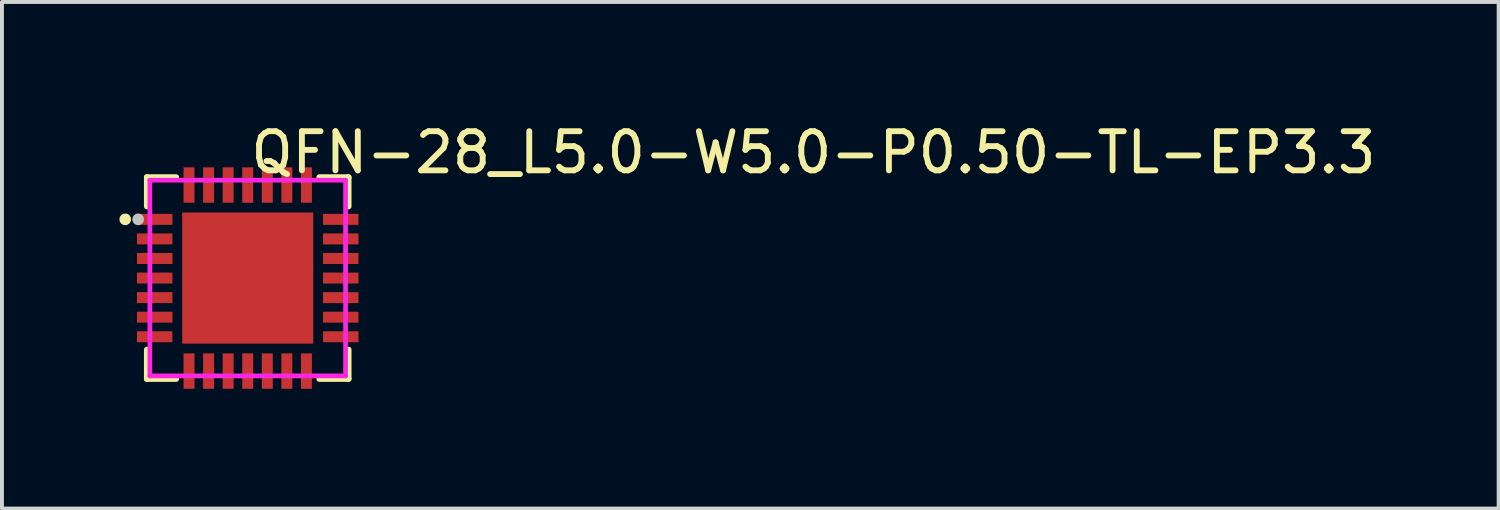
<source format=kicad_pcb>
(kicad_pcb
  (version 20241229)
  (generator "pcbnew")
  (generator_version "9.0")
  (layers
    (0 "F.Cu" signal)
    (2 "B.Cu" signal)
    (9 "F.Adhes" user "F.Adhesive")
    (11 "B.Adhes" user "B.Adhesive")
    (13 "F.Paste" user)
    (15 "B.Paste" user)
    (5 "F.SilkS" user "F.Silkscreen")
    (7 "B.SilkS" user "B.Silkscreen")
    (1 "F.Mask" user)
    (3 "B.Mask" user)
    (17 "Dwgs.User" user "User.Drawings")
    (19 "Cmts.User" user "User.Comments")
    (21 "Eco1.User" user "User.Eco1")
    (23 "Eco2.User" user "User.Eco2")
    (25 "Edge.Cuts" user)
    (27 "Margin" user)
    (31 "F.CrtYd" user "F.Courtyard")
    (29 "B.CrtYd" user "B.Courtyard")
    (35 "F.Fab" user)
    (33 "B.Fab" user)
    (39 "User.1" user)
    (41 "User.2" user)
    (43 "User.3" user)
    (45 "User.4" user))
  (footprint "QFN-28_L5.0-W5.0-P0.50-TL-EP3.3"
    (layer "F.Cu")
    (at 3.28 4.055)
    (property "Reference" "QFN-28_L5.0-W5.0-P0.50-TL-EP3.3" (at 0 -3.207 0) (layer "F.SilkS") (effects (font (size 1 1) (thickness 0.15)) (justify left)))
    (attr through_hole)
    (fp_line (start -2.576 -2.576) (end -2.576 -1.831) (stroke (width 0.152) (type solid)) (layer "F.SilkS"))
    (fp_line (start -2.576 2.576) (end -2.576 1.831) (stroke (width 0.152) (type solid)) (layer "F.SilkS"))
    (fp_line (start -1.831 -2.576) (end -2.576 -2.576) (stroke (width 0.152) (type solid)) (layer "F.SilkS"))
    (fp_line (start -1.831 2.576) (end -2.576 2.576) (stroke (width 0.152) (type solid)) (layer "F.SilkS"))
    (fp_line (start 1.831 -2.576) (end 2.576 -2.576) (stroke (width 0.152) (type solid)) (layer "F.SilkS"))
    (fp_line (start 1.831 2.576) (end 2.576 2.576) (stroke (width 0.152) (type solid)) (layer "F.SilkS"))
    (fp_line (start 2.576 -2.576) (end 2.576 -1.831) (stroke (width 0.152) (type solid)) (layer "F.SilkS"))
    (fp_line (start 2.576 2.576) (end 2.576 1.831) (stroke (width 0.152) (type solid)) (layer "F.SilkS"))
    (fp_circle (center -3.13 -1.5) (end -3.055 -1.5) (stroke (width 0.15) (type solid)) (fill no) (layer "F.SilkS"))
    (fp_poly (pts (xy -2.83 -1.64) (xy -1.925 -1.64) (xy -1.925 -1.36) (xy -2.83 -1.36)) (stroke (width 0.12) (type solid)) (fill yes) (layer "F.Paste"))
    (fp_poly (pts (xy -2.83 -1.14) (xy -1.925 -1.14) (xy -1.925 -0.86) (xy -2.83 -0.86)) (stroke (width 0.12) (type solid)) (fill yes) (layer "F.Paste"))
    (fp_poly (pts (xy -2.83 -0.64) (xy -1.925 -0.64) (xy -1.925 -0.36) (xy -2.83 -0.36)) (stroke (width 0.12) (type solid)) (fill yes) (layer "F.Paste"))
    (fp_poly (pts (xy -2.83 -0.14) (xy -1.925 -0.14) (xy -1.925 0.14) (xy -2.83 0.14)) (stroke (width 0.12) (type solid)) (fill yes) (layer "F.Paste"))
    (fp_poly (pts (xy -2.83 0.36) (xy -1.925 0.36) (xy -1.925 0.64) (xy -2.83 0.64)) (stroke (width 0.12) (type solid)) (fill yes) (layer "F.Paste"))
    (fp_poly (pts (xy -2.83 0.86) (xy -1.925 0.86) (xy -1.925 1.14) (xy -2.83 1.14)) (stroke (width 0.12) (type solid)) (fill yes) (layer "F.Paste"))
    (fp_poly (pts (xy -2.83 1.36) (xy -1.925 1.36) (xy -1.925 1.64) (xy -2.83 1.64)) (stroke (width 0.12) (type solid)) (fill yes) (layer "F.Paste"))
    (fp_poly (pts (xy -1.64 -2.83) (xy -1.36 -2.83) (xy -1.36 -1.925) (xy -1.64 -1.925)) (stroke (width 0.12) (type solid)) (fill yes) (layer "F.Paste"))
    (fp_poly (pts (xy -1.64 1.925) (xy -1.36 1.925) (xy -1.36 2.83) (xy -1.64 2.83)) (stroke (width 0.12) (type solid)) (fill yes) (layer "F.Paste"))
    (fp_poly (pts (xy -1.35 -1.35) (xy 1.35 -1.35) (xy 1.35 1.35) (xy -1.35 1.35)) (stroke (width 0.12) (type solid)) (fill yes) (layer "F.Paste"))
    (fp_poly (pts (xy -1.14 -2.83) (xy -0.86 -2.83) (xy -0.86 -1.925) (xy -1.14 -1.925)) (stroke (width 0.12) (type solid)) (fill yes) (layer "F.Paste"))
    (fp_poly (pts (xy -1.14 1.925) (xy -0.86 1.925) (xy -0.86 2.83) (xy -1.14 2.83)) (stroke (width 0.12) (type solid)) (fill yes) (layer "F.Paste"))
    (fp_poly (pts (xy -0.64 -2.83) (xy -0.36 -2.83) (xy -0.36 -1.925) (xy -0.64 -1.925)) (stroke (width 0.12) (type solid)) (fill yes) (layer "F.Paste"))
    (fp_poly (pts (xy -0.64 1.925) (xy -0.36 1.925) (xy -0.36 2.83) (xy -0.64 2.83)) (stroke (width 0.12) (type solid)) (fill yes) (layer "F.Paste"))
    (fp_poly (pts (xy -0.14 -2.83) (xy 0.14 -2.83) (xy 0.14 -1.925) (xy -0.14 -1.925)) (stroke (width 0.12) (type solid)) (fill yes) (layer "F.Paste"))
    (fp_poly (pts (xy -0.14 1.925) (xy 0.14 1.925) (xy 0.14 2.83) (xy -0.14 2.83)) (stroke (width 0.12) (type solid)) (fill yes) (layer "F.Paste"))
    (fp_poly (pts (xy 0.36 -2.83) (xy 0.64 -2.83) (xy 0.64 -1.925) (xy 0.36 -1.925)) (stroke (width 0.12) (type solid)) (fill yes) (layer "F.Paste"))
    (fp_poly (pts (xy 0.36 1.925) (xy 0.64 1.925) (xy 0.64 2.83) (xy 0.36 2.83)) (stroke (width 0.12) (type solid)) (fill yes) (layer "F.Paste"))
    (fp_poly (pts (xy 0.86 -2.83) (xy 1.14 -2.83) (xy 1.14 -1.925) (xy 0.86 -1.925)) (stroke (width 0.12) (type solid)) (fill yes) (layer "F.Paste"))
    (fp_poly (pts (xy 0.86 1.925) (xy 1.14 1.925) (xy 1.14 2.83) (xy 0.86 2.83)) (stroke (width 0.12) (type solid)) (fill yes) (layer "F.Paste"))
    (fp_poly (pts (xy 1.36 -2.83) (xy 1.64 -2.83) (xy 1.64 -1.925) (xy 1.36 -1.925)) (stroke (width 0.12) (type solid)) (fill yes) (layer "F.Paste"))
    (fp_poly (pts (xy 1.36 1.925) (xy 1.64 1.925) (xy 1.64 2.83) (xy 1.36 2.83)) (stroke (width 0.12) (type solid)) (fill yes) (layer "F.Paste"))
    (fp_poly (pts (xy 1.925 -1.64) (xy 2.83 -1.64) (xy 2.83 -1.36) (xy 1.925 -1.36)) (stroke (width 0.12) (type solid)) (fill yes) (layer "F.Paste"))
    (fp_poly (pts (xy 1.925 -1.14) (xy 2.83 -1.14) (xy 2.83 -0.86) (xy 1.925 -0.86)) (stroke (width 0.12) (type solid)) (fill yes) (layer "F.Paste"))
    (fp_poly (pts (xy 1.925 -0.64) (xy 2.83 -0.64) (xy 2.83 -0.36) (xy 1.925 -0.36)) (stroke (width 0.12) (type solid)) (fill yes) (layer "F.Paste"))
    (fp_poly (pts (xy 1.925 -0.14) (xy 2.83 -0.14) (xy 2.83 0.14) (xy 1.925 0.14)) (stroke (width 0.12) (type solid)) (fill yes) (layer "F.Paste"))
    (fp_poly (pts (xy 1.925 0.36) (xy 2.83 0.36) (xy 2.83 0.64) (xy 1.925 0.64)) (stroke (width 0.12) (type solid)) (fill yes) (layer "F.Paste"))
    (fp_poly (pts (xy 1.925 0.86) (xy 2.83 0.86) (xy 2.83 1.14) (xy 1.925 1.14)) (stroke (width 0.12) (type solid)) (fill yes) (layer "F.Paste"))
    (fp_poly (pts (xy 1.925 1.36) (xy 2.83 1.36) (xy 2.83 1.64) (xy 1.925 1.64)) (stroke (width 0.12) (type solid)) (fill yes) (layer "F.Paste"))
    (fp_circle (center -2.8 -1.5) (end -2.725 -1.5) (stroke (width 0.15) (type solid)) (fill no) (layer "Dwgs.User"))
    (fp_circle (center -2.5 -2.5) (end -2.47 -2.5) (stroke (width 0.06) (type solid)) (fill no) (layer "Eco2.User"))
    (fp_poly (pts (xy -2.5 -1.62) (xy -1.95 -1.62) (xy -1.95 -1.38) (xy -2.5 -1.38)) (stroke (width 0.12) (type solid)) (fill no) (layer "Eco2.User"))
    (fp_poly (pts (xy -2.5 -1.12) (xy -1.95 -1.12) (xy -1.95 -0.88) (xy -2.5 -0.88)) (stroke (width 0.12) (type solid)) (fill no) (layer "Eco2.User"))
    (fp_poly (pts (xy -2.5 -0.62) (xy -1.95 -0.62) (xy -1.95 -0.38) (xy -2.5 -0.38)) (stroke (width 0.12) (type solid)) (fill no) (layer "Eco2.User"))
    (fp_poly (pts (xy -2.5 -0.12) (xy -1.95 -0.12) (xy -1.95 0.12) (xy -2.5 0.12)) (stroke (width 0.12) (type solid)) (fill no) (layer "Eco2.User"))
    (fp_poly (pts (xy -2.5 0.38) (xy -1.95 0.38) (xy -1.95 0.62) (xy -2.5 0.62)) (stroke (width 0.12) (type solid)) (fill no) (layer "Eco2.User"))
    (fp_poly (pts (xy -2.5 0.88) (xy -1.95 0.88) (xy -1.95 1.12) (xy -2.5 1.12)) (stroke (width 0.12) (type solid)) (fill no) (layer "Eco2.User"))
    (fp_poly (pts (xy -2.5 1.38) (xy -1.95 1.38) (xy -1.95 1.62) (xy -2.5 1.62)) (stroke (width 0.12) (type solid)) (fill no) (layer "Eco2.User"))
    (fp_poly (pts (xy -1.625 -1.625) (xy 1.625 -1.625) (xy 1.625 1.625) (xy -1.625 1.625)) (stroke (width 0.12) (type solid)) (fill no) (layer "Eco2.User"))
    (fp_poly (pts (xy -1.62 -1.95) (xy -1.38 -1.95) (xy -1.38 -2.5) (xy -1.62 -2.5)) (stroke (width 0.12) (type solid)) (fill no) (layer "Eco2.User"))
    (fp_poly (pts (xy -1.62 1.95) (xy -1.38 1.95) (xy -1.38 2.5) (xy -1.62 2.5)) (stroke (width 0.12) (type solid)) (fill no) (layer "Eco2.User"))
    (fp_poly (pts (xy -1.12 -1.95) (xy -0.88 -1.95) (xy -0.88 -2.5) (xy -1.12 -2.5)) (stroke (width 0.12) (type solid)) (fill no) (layer "Eco2.User"))
    (fp_poly (pts (xy -1.12 1.95) (xy -0.88 1.95) (xy -0.88 2.5) (xy -1.12 2.5)) (stroke (width 0.12) (type solid)) (fill no) (layer "Eco2.User"))
    (fp_poly (pts (xy -0.62 -1.95) (xy -0.38 -1.95) (xy -0.38 -2.5) (xy -0.62 -2.5)) (stroke (width 0.12) (type solid)) (fill no) (layer "Eco2.User"))
    (fp_poly (pts (xy -0.62 1.95) (xy -0.38 1.95) (xy -0.38 2.5) (xy -0.62 2.5)) (stroke (width 0.12) (type solid)) (fill no) (layer "Eco2.User"))
    (fp_poly (pts (xy -0.12 -1.95) (xy 0.12 -1.95) (xy 0.12 -2.5) (xy -0.12 -2.5)) (stroke (width 0.12) (type solid)) (fill no) (layer "Eco2.User"))
    (fp_poly (pts (xy -0.12 1.95) (xy 0.12 1.95) (xy 0.12 2.5) (xy -0.12 2.5)) (stroke (width 0.12) (type solid)) (fill no) (layer "Eco2.User"))
    (fp_poly (pts (xy 0.38 -1.95) (xy 0.62 -1.95) (xy 0.62 -2.5) (xy 0.38 -2.5)) (stroke (width 0.12) (type solid)) (fill no) (layer "Eco2.User"))
    (fp_poly (pts (xy 0.38 1.95) (xy 0.62 1.95) (xy 0.62 2.5) (xy 0.38 2.5)) (stroke (width 0.12) (type solid)) (fill no) (layer "Eco2.User"))
    (fp_poly (pts (xy 0.88 -1.95) (xy 1.12 -1.95) (xy 1.12 -2.5) (xy 0.88 -2.5)) (stroke (width 0.12) (type solid)) (fill no) (layer "Eco2.User"))
    (fp_poly (pts (xy 0.88 1.95) (xy 1.12 1.95) (xy 1.12 2.5) (xy 0.88 2.5)) (stroke (width 0.12) (type solid)) (fill no) (layer "Eco2.User"))
    (fp_poly (pts (xy 1.38 -1.95) (xy 1.62 -1.95) (xy 1.62 -2.5) (xy 1.38 -2.5)) (stroke (width 0.12) (type solid)) (fill no) (layer "Eco2.User"))
    (fp_poly (pts (xy 1.38 1.95) (xy 1.62 1.95) (xy 1.62 2.5) (xy 1.38 2.5)) (stroke (width 0.12) (type solid)) (fill no) (layer "Eco2.User"))
    (fp_poly (pts (xy 2.5 -1.62) (xy 1.95 -1.62) (xy 1.95 -1.38) (xy 2.5 -1.38)) (stroke (width 0.12) (type solid)) (fill no) (layer "Eco2.User"))
    (fp_poly (pts (xy 2.5 -1.12) (xy 1.95 -1.12) (xy 1.95 -0.88) (xy 2.5 -0.88)) (stroke (width 0.12) (type solid)) (fill no) (layer "Eco2.User"))
    (fp_poly (pts (xy 2.5 -0.62) (xy 1.95 -0.62) (xy 1.95 -0.38) (xy 2.5 -0.38)) (stroke (width 0.12) (type solid)) (fill no) (layer "Eco2.User"))
    (fp_poly (pts (xy 2.5 -0.12) (xy 1.95 -0.12) (xy 1.95 0.12) (xy 2.5 0.12)) (stroke (width 0.12) (type solid)) (fill no) (layer "Eco2.User"))
    (fp_poly (pts (xy 2.5 0.38) (xy 1.95 0.38) (xy 1.95 0.62) (xy 2.5 0.62)) (stroke (width 0.12) (type solid)) (fill no) (layer "Eco2.User"))
    (fp_poly (pts (xy 2.5 0.88) (xy 1.95 0.88) (xy 1.95 1.12) (xy 2.5 1.12)) (stroke (width 0.12) (type solid)) (fill no) (layer "Eco2.User"))
    (fp_poly (pts (xy 2.5 1.38) (xy 1.95 1.38) (xy 1.95 1.62) (xy 2.5 1.62)) (stroke (width 0.12) (type solid)) (fill no) (layer "Eco2.User"))
    (fp_line (start -2.5 -2.5) (end 2.5 -2.5) (stroke (width 0.12) (type solid)) (layer "F.CrtYd"))
    (fp_line (start -2.5 2.5) (end -2.5 -2.5) (stroke (width 0.12) (type solid)) (layer "F.CrtYd"))
    (fp_line (start 2.5 -2.5) (end 2.5 2.5) (stroke (width 0.12) (type solid)) (layer "F.CrtYd"))
    (fp_line (start 2.5 2.5) (end -2.5 2.5) (stroke (width 0.12) (type solid)) (layer "F.CrtYd"))
    (pad "1" smd rect (at -2.377 -1.5) (size 0.905 0.28) (layers "F.Cu" "F.Mask" "F.Paste"))
    (pad "2" smd rect (at -2.377 -1) (size 0.905 0.28) (layers "F.Cu" "F.Mask" "F.Paste"))
    (pad "3" smd rect (at -2.377 -0.5) (size 0.905 0.28) (layers "F.Cu" "F.Mask" "F.Paste"))
    (pad "4" smd rect (at -2.377 0) (size 0.905 0.28) (layers "F.Cu" "F.Mask" "F.Paste"))
    (pad "5" smd rect (at -2.377 0.5) (size 0.905 0.28) (layers "F.Cu" "F.Mask" "F.Paste"))
    (pad "6" smd rect (at -2.377 1) (size 0.905 0.28) (layers "F.Cu" "F.Mask" "F.Paste"))
    (pad "7" smd rect (at -2.377 1.5) (size 0.905 0.28) (layers "F.Cu" "F.Mask" "F.Paste"))
    (pad "8" smd rect (at -1.5 2.377) (size 0.28 0.905) (layers "F.Cu" "F.Mask" "F.Paste"))
    (pad "9" smd rect (at -1 2.377) (size 0.28 0.905) (layers "F.Cu" "F.Mask" "F.Paste"))
    (pad "10" smd rect (at -0.5 2.377) (size 0.28 0.905) (layers "F.Cu" "F.Mask" "F.Paste"))
    (pad "11" smd rect (at 0 2.377) (size 0.28 0.905) (layers "F.Cu" "F.Mask" "F.Paste"))
    (pad "12" smd rect (at 0.5 2.377) (size 0.28 0.905) (layers "F.Cu" "F.Mask" "F.Paste"))
    (pad "13" smd rect (at 1 2.377) (size 0.28 0.905) (layers "F.Cu" "F.Mask" "F.Paste"))
    (pad "14" smd rect (at 1.5 2.377) (size 0.28 0.905) (layers "F.Cu" "F.Mask" "F.Paste"))
    (pad "15" smd rect (at 2.377 1.5) (size 0.905 0.28) (layers "F.Cu" "F.Mask" "F.Paste"))
    (pad "16" smd rect (at 2.377 1) (size 0.905 0.28) (layers "F.Cu" "F.Mask" "F.Paste"))
    (pad "17" smd rect (at 2.377 0.5) (size 0.905 0.28) (layers "F.Cu" "F.Mask" "F.Paste"))
    (pad "18" smd rect (at 2.377 0) (size 0.905 0.28) (layers "F.Cu" "F.Mask" "F.Paste"))
    (pad "19" smd rect (at 2.377 -0.5) (size 0.905 0.28) (layers "F.Cu" "F.Mask" "F.Paste"))
    (pad "20" smd rect (at 2.377 -1) (size 0.905 0.28) (layers "F.Cu" "F.Mask" "F.Paste"))
    (pad "21" smd rect (at 2.377 -1.5) (size 0.905 0.28) (layers "F.Cu" "F.Mask" "F.Paste"))
    (pad "22" smd rect (at 1.5 -2.377) (size 0.28 0.905) (layers "F.Cu" "F.Mask" "F.Paste"))
    (pad "23" smd rect (at 1 -2.377) (size 0.28 0.905) (layers "F.Cu" "F.Mask" "F.Paste"))
    (pad "24" smd rect (at 0.5 -2.377) (size 0.28 0.905) (layers "F.Cu" "F.Mask" "F.Paste"))
    (pad "25" smd rect (at 0 -2.377) (size 0.28 0.905) (layers "F.Cu" "F.Mask" "F.Paste"))
    (pad "26" smd rect (at -0.5 -2.377) (size 0.28 0.905) (layers "F.Cu" "F.Mask" "F.Paste"))
    (pad "27" smd rect (at -1 -2.377) (size 0.28 0.905) (layers "F.Cu" "F.Mask" "F.Paste"))
    (pad "28" smd rect (at -1.5 -2.377) (size 0.28 0.905) (layers "F.Cu" "F.Mask" "F.Paste"))
    (pad "29" smd rect (at 0 0) (size 3.35 3.35) (layers "F.Cu" "F.Mask" "F.Paste")))
  (gr_rect
    (start -3 -3)
    (end 35.244 9.945)
    (stroke (width 0.1) (type default))
    (fill no)
    (layer "Edge.Cuts")))
</source>
